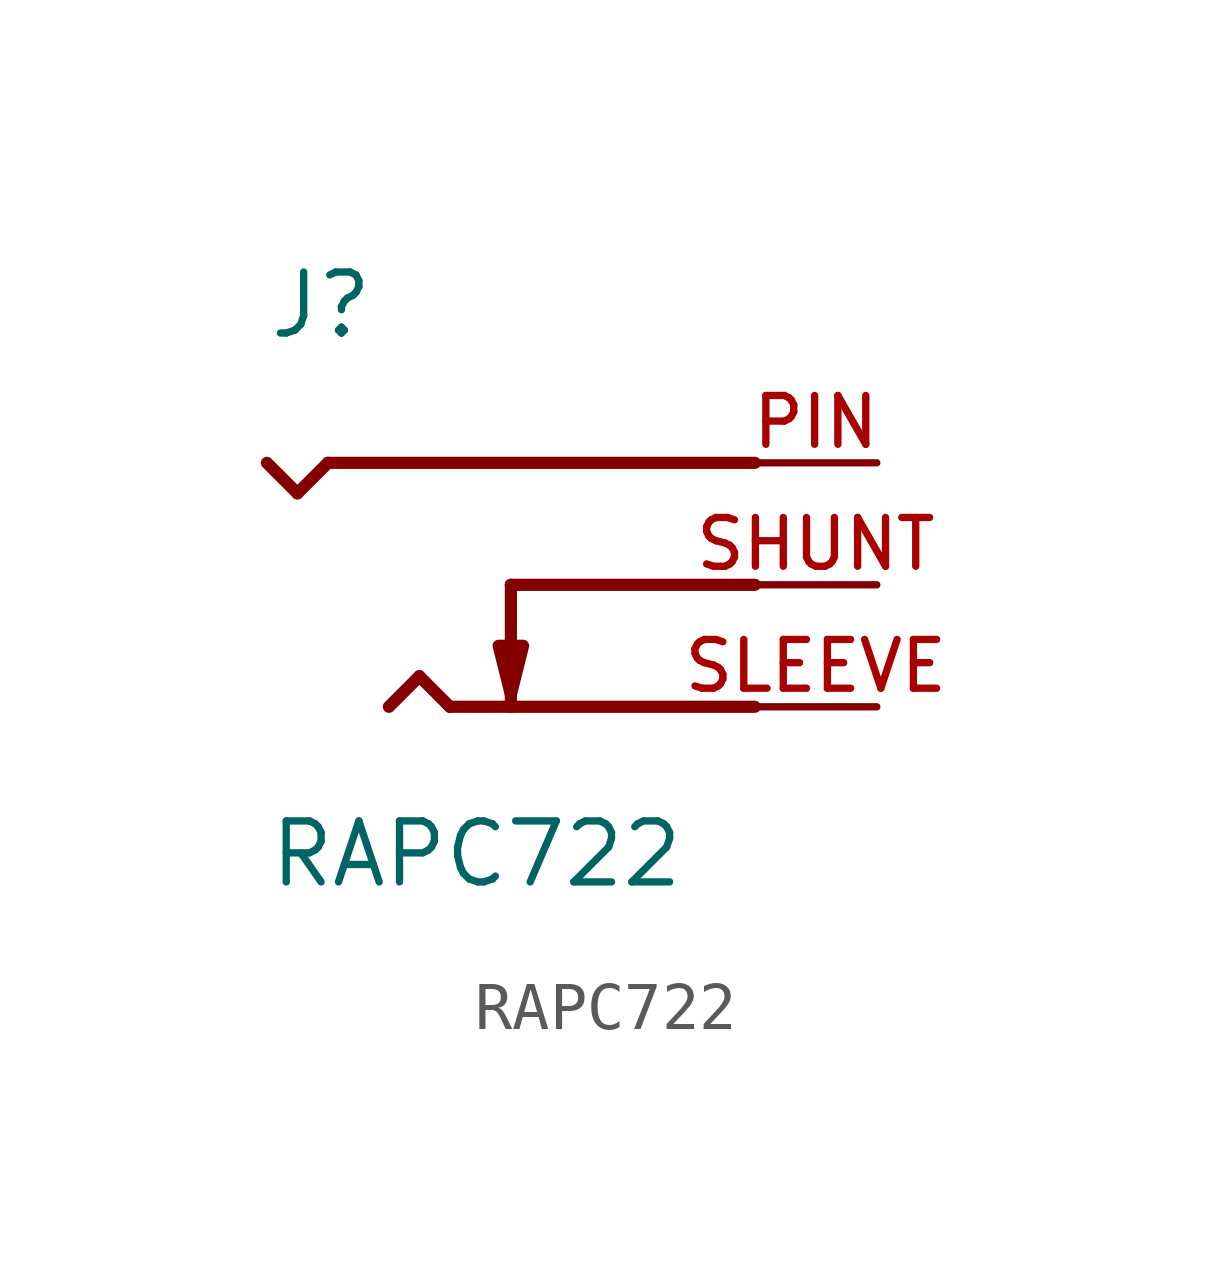
<source format=kicad_sym>
(kicad_symbol_lib
  (version 20220914)
  (generator kicad_symbol_editor)
  (symbol "RAPC722"
    (pin_names
      (offset 1.016))
    (property "Reference" "J"
      (at -5.08 5.08 0)
      (effects (font (size 1.27 1.27)) (justify left bottom)))
    (property "Value" "RAPC722"
      (at -5.08 -6.35 0)
      (effects (font (size 1.27 1.27)) (justify left bottom)))
    (symbol "RAPC722_0_0"
      (polyline (pts (xy -4.445 1.905) (xy -5.08 2.54)) (stroke (width 0.254) (type default)) (fill (type none)))
      (polyline (pts (xy -3.81 2.54) (xy -4.445 1.905)) (stroke (width 0.254) (type default)) (fill (type none)))
      (polyline (pts (xy -1.905 -1.905) (xy -2.54 -2.54)) (stroke (width 0.254) (type default)) (fill (type none)))
      (polyline (pts (xy -1.27 -2.54) (xy -1.905 -1.905)) (stroke (width 0.254) (type default)) (fill (type none)))
      (polyline (pts (xy 0 0) (xy 0 -2.54)) (stroke (width 0.254) (type default)) (fill (type none)))
      (polyline (pts (xy 0 0) (xy 5.08 0)) (stroke (width 0.254) (type default)) (fill (type none)))
      (polyline (pts (xy 5.08 -2.54) (xy -1.27 -2.54)) (stroke (width 0.254) (type default)) (fill (type none)))
      (polyline (pts (xy 5.08 2.54) (xy -3.81 2.54)) (stroke (width 0.254) (type default)) (fill (type none)))
      (polyline (pts (xy 0 -2.286) (xy 0.254 -1.27) (xy -0.254 -1.27) (xy 0 -2.286)) (stroke (width 0.254) (type default)) (fill (type outline)))
      (pin passive line (at 7.62 2.54 180) (length 2.54) (name "~" (effects (font (size 1.016 1.016)))) (number "PIN" (effects (font (size 1.016 1.016)))))
      (pin passive line (at 7.62 0 180) (length 2.54) (name "~" (effects (font (size 1.016 1.016)))) (number "SHUNT" (effects (font (size 1.016 1.016)))))
      (pin passive line (at 7.62 -2.54 180) (length 2.54) (name "~" (effects (font (size 1.016 1.016)))) (number "SLEEVE" (effects (font (size 1.016 1.016))))))))
</source>
